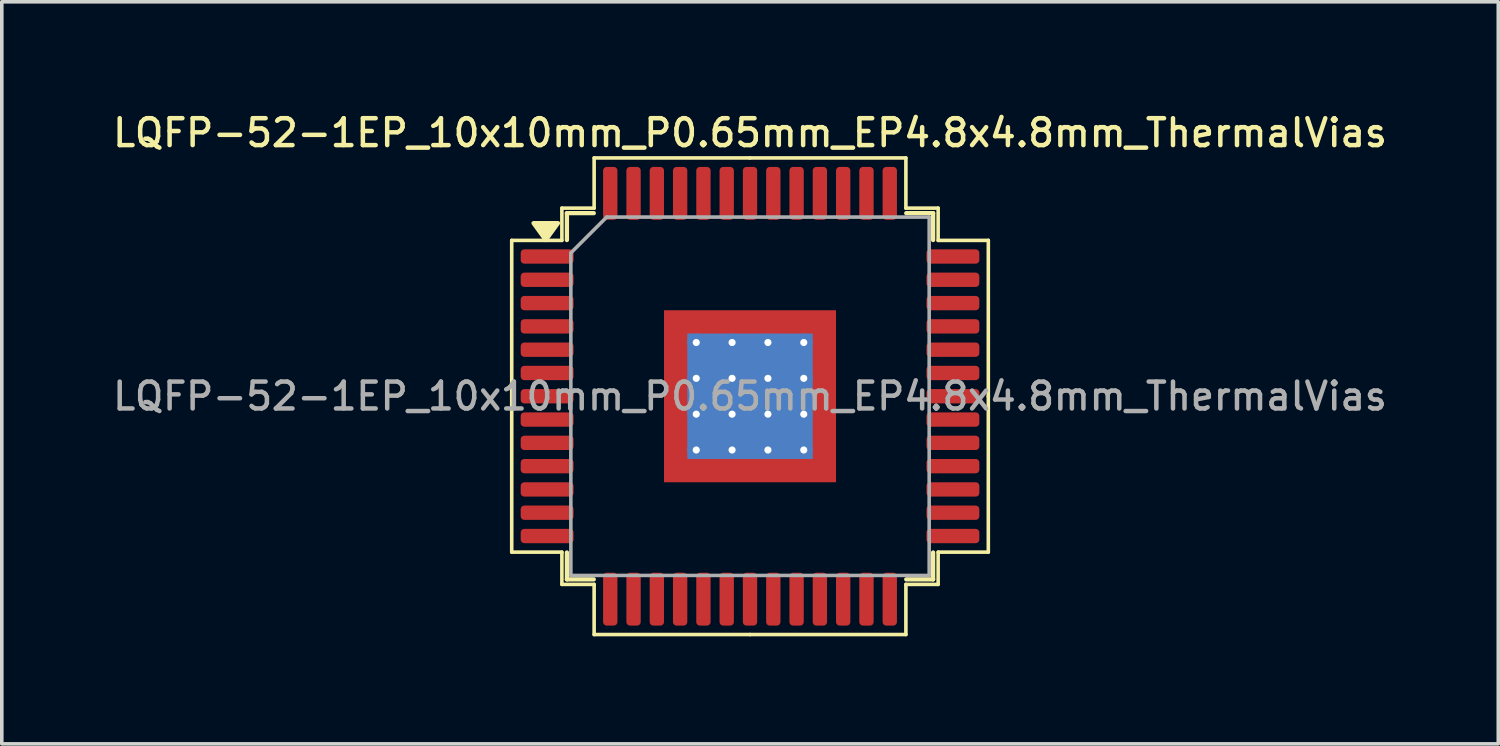
<source format=kicad_pcb>
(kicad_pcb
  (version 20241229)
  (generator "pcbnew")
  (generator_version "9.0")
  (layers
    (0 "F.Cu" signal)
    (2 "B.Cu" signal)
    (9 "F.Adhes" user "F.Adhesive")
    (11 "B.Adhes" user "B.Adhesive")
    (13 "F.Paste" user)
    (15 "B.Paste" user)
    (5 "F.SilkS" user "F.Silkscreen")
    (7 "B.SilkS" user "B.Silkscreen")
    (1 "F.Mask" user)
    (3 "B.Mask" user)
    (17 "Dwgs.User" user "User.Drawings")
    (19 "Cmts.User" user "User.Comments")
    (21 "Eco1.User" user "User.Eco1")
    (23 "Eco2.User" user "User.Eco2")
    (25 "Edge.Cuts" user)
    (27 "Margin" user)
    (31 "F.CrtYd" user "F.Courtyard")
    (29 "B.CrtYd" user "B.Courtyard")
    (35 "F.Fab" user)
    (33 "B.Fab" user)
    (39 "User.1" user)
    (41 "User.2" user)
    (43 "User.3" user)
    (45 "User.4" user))
  (footprint "LQFP-52-1EP_10x10mm_P0.65mm_EP4.8x4.8mm_ThermalVias"
    (layer "F.Cu")
    (at 17.88 8.008)
    (property "Reference" "LQFP-52-1EP_10x10mm_P0.65mm_EP4.8x4.8mm_ThermalVias" (at 0 -7.35 0) (layer "F.SilkS") (effects (font (size 0.75 0.75) (thickness 0.125))))
    (attr smd)
    (fp_line (start -6.65 -4.35) (end -6.65 0) (stroke (width 0.1) (type solid)) (layer "F.SilkS"))
    (fp_line (start -6.65 4.35) (end -6.65 0) (stroke (width 0.1) (type solid)) (layer "F.SilkS"))
    (fp_line (start -5.25 -5.25) (end -5.25 -4.35) (stroke (width 0.1) (type solid)) (layer "F.SilkS"))
    (fp_line (start -5.25 -4.35) (end -6.65 -4.35) (stroke (width 0.1) (type solid)) (layer "F.SilkS"))
    (fp_line (start -5.25 4.35) (end -6.65 4.35) (stroke (width 0.1) (type solid)) (layer "F.SilkS"))
    (fp_line (start -5.25 5.25) (end -5.25 4.35) (stroke (width 0.1) (type solid)) (layer "F.SilkS"))
    (fp_line (start -5.11 -5.11) (end -5.11 -4.36) (stroke (width 0.12) (type solid)) (layer "F.SilkS"))
    (fp_line (start -5.11 5.11) (end -5.11 4.36) (stroke (width 0.12) (type solid)) (layer "F.SilkS"))
    (fp_line (start -4.36 -5.11) (end -5.11 -5.11) (stroke (width 0.12) (type solid)) (layer "F.SilkS"))
    (fp_line (start -4.36 5.11) (end -5.11 5.11) (stroke (width 0.12) (type solid)) (layer "F.SilkS"))
    (fp_line (start -4.35 -6.65) (end -4.35 -5.25) (stroke (width 0.1) (type solid)) (layer "F.SilkS"))
    (fp_line (start -4.35 -5.25) (end -5.25 -5.25) (stroke (width 0.1) (type solid)) (layer "F.SilkS"))
    (fp_line (start -4.35 5.25) (end -5.25 5.25) (stroke (width 0.1) (type solid)) (layer "F.SilkS"))
    (fp_line (start -4.35 6.65) (end -4.35 5.25) (stroke (width 0.1) (type solid)) (layer "F.SilkS"))
    (fp_line (start 0 -6.65) (end -4.35 -6.65) (stroke (width 0.1) (type solid)) (layer "F.SilkS"))
    (fp_line (start 0 -6.65) (end 4.35 -6.65) (stroke (width 0.1) (type solid)) (layer "F.SilkS"))
    (fp_line (start 0 6.65) (end -4.35 6.65) (stroke (width 0.1) (type solid)) (layer "F.SilkS"))
    (fp_line (start 0 6.65) (end 4.35 6.65) (stroke (width 0.1) (type solid)) (layer "F.SilkS"))
    (fp_line (start 4.35 -6.65) (end 4.35 -5.25) (stroke (width 0.1) (type solid)) (layer "F.SilkS"))
    (fp_line (start 4.35 -5.25) (end 5.25 -5.25) (stroke (width 0.1) (type solid)) (layer "F.SilkS"))
    (fp_line (start 4.35 5.25) (end 5.25 5.25) (stroke (width 0.1) (type solid)) (layer "F.SilkS"))
    (fp_line (start 4.35 6.65) (end 4.35 5.25) (stroke (width 0.1) (type solid)) (layer "F.SilkS"))
    (fp_line (start 4.36 -5.11) (end 5.11 -5.11) (stroke (width 0.12) (type solid)) (layer "F.SilkS"))
    (fp_line (start 4.36 5.11) (end 5.11 5.11) (stroke (width 0.12) (type solid)) (layer "F.SilkS"))
    (fp_line (start 5.11 -5.11) (end 5.11 -4.36) (stroke (width 0.12) (type solid)) (layer "F.SilkS"))
    (fp_line (start 5.11 5.11) (end 5.11 4.36) (stroke (width 0.12) (type solid)) (layer "F.SilkS"))
    (fp_line (start 5.25 -5.25) (end 5.25 -4.35) (stroke (width 0.1) (type solid)) (layer "F.SilkS"))
    (fp_line (start 5.25 -4.35) (end 6.65 -4.35) (stroke (width 0.1) (type solid)) (layer "F.SilkS"))
    (fp_line (start 5.25 4.35) (end 6.65 4.35) (stroke (width 0.1) (type solid)) (layer "F.SilkS"))
    (fp_line (start 5.25 5.25) (end 5.25 4.35) (stroke (width 0.1) (type solid)) (layer "F.SilkS"))
    (fp_line (start 6.65 -4.35) (end 6.65 0) (stroke (width 0.1) (type solid)) (layer "F.SilkS"))
    (fp_line (start 6.65 4.35) (end 6.65 0) (stroke (width 0.1) (type solid)) (layer "F.SilkS"))
    (fp_poly (pts (xy -5.7 -4.36) (xy -6.04 -4.83) (xy -5.36 -4.83) (xy -5.7 -4.36)) (stroke (width 0.12) (type solid)) (fill yes) (layer "F.SilkS"))
    (fp_line (start -5 -4) (end -4 -5) (stroke (width 0.1) (type solid)) (layer "F.Fab"))
    (fp_line (start -5 5) (end -5 -4) (stroke (width 0.1) (type solid)) (layer "F.Fab"))
    (fp_line (start -4 -5) (end 5 -5) (stroke (width 0.1) (type solid)) (layer "F.Fab"))
    (fp_line (start 5 -5) (end 5 5) (stroke (width 0.1) (type solid)) (layer "F.Fab"))
    (fp_line (start 5 5) (end -5 5) (stroke (width 0.1) (type solid)) (layer "F.Fab"))
    (fp_text user "${REFERENCE}" (at 0 0 0) (layer "F.Fab") (effects (font (size 0.75 0.75) (thickness 0.125))))
    (pad "" smd custom (at -1.95 -1.95) (size 0.649 0.649) (layers "F.Paste") (options (anchor circle)) (primitives (gr_poly (pts (xy -0.286 -0.286) (xy 0.286 -0.286) (xy 0.286 0.223) (xy 0.223 0.286) (xy -0.286 0.286)) (width 0.153) (fill yes))))
    (pad "" smd roundrect (at -1.95 -1) (size 0.726 0.806) (layers "F.Paste") (roundrect_rratio 0.25))
    (pad "" smd roundrect (at -1.95 0) (size 0.726 0.806) (layers "F.Paste") (roundrect_rratio 0.25))
    (pad "" smd roundrect (at -1.95 1) (size 0.726 0.806) (layers "F.Paste") (roundrect_rratio 0.25))
    (pad "" smd custom (at -1.95 1.95) (size 0.649 0.649) (layers "F.Paste") (options (anchor circle)) (primitives (gr_poly (pts (xy -0.286 -0.286) (xy 0.223 -0.286) (xy 0.286 -0.223) (xy 0.286 0.286) (xy -0.286 0.286)) (width 0.153) (fill yes))))
    (pad "" smd roundrect (at -1 -1.95) (size 0.806 0.726) (layers "F.Paste") (roundrect_rratio 0.25))
    (pad "" smd roundrect (at -1 -1) (size 0.806 0.806) (layers "F.Paste") (roundrect_rratio 0.25))
    (pad "" smd roundrect (at -1 0) (size 0.806 0.806) (layers "F.Paste") (roundrect_rratio 0.25))
    (pad "" smd roundrect (at -1 1) (size 0.806 0.806) (layers "F.Paste") (roundrect_rratio 0.25))
    (pad "" smd roundrect (at -1 1.95) (size 0.806 0.726) (layers "F.Paste") (roundrect_rratio 0.25))
    (pad "" smd roundrect (at 0 -1.95) (size 0.806 0.726) (layers "F.Paste") (roundrect_rratio 0.25))
    (pad "" smd roundrect (at 0 -1) (size 0.806 0.806) (layers "F.Paste") (roundrect_rratio 0.25))
    (pad "" smd roundrect (at 0 0) (size 0.806 0.806) (layers "F.Paste") (roundrect_rratio 0.25))
    (pad "" smd roundrect (at 0 1) (size 0.806 0.806) (layers "F.Paste") (roundrect_rratio 0.25))
    (pad "" smd roundrect (at 0 1.95) (size 0.806 0.726) (layers "F.Paste") (roundrect_rratio 0.25))
    (pad "" smd roundrect (at 1 -1.95) (size 0.806 0.726) (layers "F.Paste") (roundrect_rratio 0.25))
    (pad "" smd roundrect (at 1 -1) (size 0.806 0.806) (layers "F.Paste") (roundrect_rratio 0.25))
    (pad "" smd roundrect (at 1 0) (size 0.806 0.806) (layers "F.Paste") (roundrect_rratio 0.25))
    (pad "" smd roundrect (at 1 1) (size 0.806 0.806) (layers "F.Paste") (roundrect_rratio 0.25))
    (pad "" smd roundrect (at 1 1.95) (size 0.806 0.726) (layers "F.Paste") (roundrect_rratio 0.25))
    (pad "" smd custom (at 1.95 -1.95) (size 0.649 0.649) (layers "F.Paste") (options (anchor circle)) (primitives (gr_poly (pts (xy -0.286 -0.286) (xy 0.286 -0.286) (xy 0.286 0.286) (xy -0.223 0.286) (xy -0.286 0.223)) (width 0.153) (fill yes))))
    (pad "" smd roundrect (at 1.95 -1) (size 0.726 0.806) (layers "F.Paste") (roundrect_rratio 0.25))
    (pad "" smd roundrect (at 1.95 0) (size 0.726 0.806) (layers "F.Paste") (roundrect_rratio 0.25))
    (pad "" smd roundrect (at 1.95 1) (size 0.726 0.806) (layers "F.Paste") (roundrect_rratio 0.25))
    (pad "" smd custom (at 1.95 1.95) (size 0.649 0.649) (layers "F.Paste") (options (anchor circle)) (primitives (gr_poly (pts (xy -0.286 -0.223) (xy -0.223 -0.286) (xy 0.286 -0.286) (xy 0.286 0.286) (xy -0.286 0.286)) (width 0.153) (fill yes))))
    (pad "1" smd roundrect (at -5.662 -3.9) (size 1.475 0.4) (layers "F.Cu" "F.Mask" "F.Paste") (roundrect_rratio 0.25))
    (pad "2" smd roundrect (at -5.662 -3.25) (size 1.475 0.4) (layers "F.Cu" "F.Mask" "F.Paste") (roundrect_rratio 0.25))
    (pad "3" smd roundrect (at -5.662 -2.6) (size 1.475 0.4) (layers "F.Cu" "F.Mask" "F.Paste") (roundrect_rratio 0.25))
    (pad "4" smd roundrect (at -5.662 -1.95) (size 1.475 0.4) (layers "F.Cu" "F.Mask" "F.Paste") (roundrect_rratio 0.25))
    (pad "5" smd roundrect (at -5.662 -1.3) (size 1.475 0.4) (layers "F.Cu" "F.Mask" "F.Paste") (roundrect_rratio 0.25))
    (pad "6" smd roundrect (at -5.662 -0.65) (size 1.475 0.4) (layers "F.Cu" "F.Mask" "F.Paste") (roundrect_rratio 0.25))
    (pad "7" smd roundrect (at -5.662 0) (size 1.475 0.4) (layers "F.Cu" "F.Mask" "F.Paste") (roundrect_rratio 0.25))
    (pad "8" smd roundrect (at -5.662 0.65) (size 1.475 0.4) (layers "F.Cu" "F.Mask" "F.Paste") (roundrect_rratio 0.25))
    (pad "9" smd roundrect (at -5.662 1.3) (size 1.475 0.4) (layers "F.Cu" "F.Mask" "F.Paste") (roundrect_rratio 0.25))
    (pad "10" smd roundrect (at -5.662 1.95) (size 1.475 0.4) (layers "F.Cu" "F.Mask" "F.Paste") (roundrect_rratio 0.25))
    (pad "11" smd roundrect (at -5.662 2.6) (size 1.475 0.4) (layers "F.Cu" "F.Mask" "F.Paste") (roundrect_rratio 0.25))
    (pad "12" smd roundrect (at -5.662 3.25) (size 1.475 0.4) (layers "F.Cu" "F.Mask" "F.Paste") (roundrect_rratio 0.25))
    (pad "13" smd roundrect (at -5.662 3.9) (size 1.475 0.4) (layers "F.Cu" "F.Mask" "F.Paste") (roundrect_rratio 0.25))
    (pad "14" smd roundrect (at -3.9 5.662) (size 0.4 1.475) (layers "F.Cu" "F.Mask" "F.Paste") (roundrect_rratio 0.25))
    (pad "15" smd roundrect (at -3.25 5.662) (size 0.4 1.475) (layers "F.Cu" "F.Mask" "F.Paste") (roundrect_rratio 0.25))
    (pad "16" smd roundrect (at -2.6 5.662) (size 0.4 1.475) (layers "F.Cu" "F.Mask" "F.Paste") (roundrect_rratio 0.25))
    (pad "17" smd roundrect (at -1.95 5.662) (size 0.4 1.475) (layers "F.Cu" "F.Mask" "F.Paste") (roundrect_rratio 0.25))
    (pad "18" smd roundrect (at -1.3 5.662) (size 0.4 1.475) (layers "F.Cu" "F.Mask" "F.Paste") (roundrect_rratio 0.25))
    (pad "19" smd roundrect (at -0.65 5.662) (size 0.4 1.475) (layers "F.Cu" "F.Mask" "F.Paste") (roundrect_rratio 0.25))
    (pad "20" smd roundrect (at 0 5.662) (size 0.4 1.475) (layers "F.Cu" "F.Mask" "F.Paste") (roundrect_rratio 0.25))
    (pad "21" smd roundrect (at 0.65 5.662) (size 0.4 1.475) (layers "F.Cu" "F.Mask" "F.Paste") (roundrect_rratio 0.25))
    (pad "22" smd roundrect (at 1.3 5.662) (size 0.4 1.475) (layers "F.Cu" "F.Mask" "F.Paste") (roundrect_rratio 0.25))
    (pad "23" smd roundrect (at 1.95 5.662) (size 0.4 1.475) (layers "F.Cu" "F.Mask" "F.Paste") (roundrect_rratio 0.25))
    (pad "24" smd roundrect (at 2.6 5.662) (size 0.4 1.475) (layers "F.Cu" "F.Mask" "F.Paste") (roundrect_rratio 0.25))
    (pad "25" smd roundrect (at 3.25 5.662) (size 0.4 1.475) (layers "F.Cu" "F.Mask" "F.Paste") (roundrect_rratio 0.25))
    (pad "26" smd roundrect (at 3.9 5.662) (size 0.4 1.475) (layers "F.Cu" "F.Mask" "F.Paste") (roundrect_rratio 0.25))
    (pad "27" smd roundrect (at 5.662 3.9) (size 1.475 0.4) (layers "F.Cu" "F.Mask" "F.Paste") (roundrect_rratio 0.25))
    (pad "28" smd roundrect (at 5.662 3.25) (size 1.475 0.4) (layers "F.Cu" "F.Mask" "F.Paste") (roundrect_rratio 0.25))
    (pad "29" smd roundrect (at 5.662 2.6) (size 1.475 0.4) (layers "F.Cu" "F.Mask" "F.Paste") (roundrect_rratio 0.25))
    (pad "30" smd roundrect (at 5.662 1.95) (size 1.475 0.4) (layers "F.Cu" "F.Mask" "F.Paste") (roundrect_rratio 0.25))
    (pad "31" smd roundrect (at 5.662 1.3) (size 1.475 0.4) (layers "F.Cu" "F.Mask" "F.Paste") (roundrect_rratio 0.25))
    (pad "32" smd roundrect (at 5.662 0.65) (size 1.475 0.4) (layers "F.Cu" "F.Mask" "F.Paste") (roundrect_rratio 0.25))
    (pad "33" smd roundrect (at 5.662 0) (size 1.475 0.4) (layers "F.Cu" "F.Mask" "F.Paste") (roundrect_rratio 0.25))
    (pad "34" smd roundrect (at 5.662 -0.65) (size 1.475 0.4) (layers "F.Cu" "F.Mask" "F.Paste") (roundrect_rratio 0.25))
    (pad "35" smd roundrect (at 5.662 -1.3) (size 1.475 0.4) (layers "F.Cu" "F.Mask" "F.Paste") (roundrect_rratio 0.25))
    (pad "36" smd roundrect (at 5.662 -1.95) (size 1.475 0.4) (layers "F.Cu" "F.Mask" "F.Paste") (roundrect_rratio 0.25))
    (pad "37" smd roundrect (at 5.662 -2.6) (size 1.475 0.4) (layers "F.Cu" "F.Mask" "F.Paste") (roundrect_rratio 0.25))
    (pad "38" smd roundrect (at 5.662 -3.25) (size 1.475 0.4) (layers "F.Cu" "F.Mask" "F.Paste") (roundrect_rratio 0.25))
    (pad "39" smd roundrect (at 5.662 -3.9) (size 1.475 0.4) (layers "F.Cu" "F.Mask" "F.Paste") (roundrect_rratio 0.25))
    (pad "40" smd roundrect (at 3.9 -5.662) (size 0.4 1.475) (layers "F.Cu" "F.Mask" "F.Paste") (roundrect_rratio 0.25))
    (pad "41" smd roundrect (at 3.25 -5.662) (size 0.4 1.475) (layers "F.Cu" "F.Mask" "F.Paste") (roundrect_rratio 0.25))
    (pad "42" smd roundrect (at 2.6 -5.662) (size 0.4 1.475) (layers "F.Cu" "F.Mask" "F.Paste") (roundrect_rratio 0.25))
    (pad "43" smd roundrect (at 1.95 -5.662) (size 0.4 1.475) (layers "F.Cu" "F.Mask" "F.Paste") (roundrect_rratio 0.25))
    (pad "44" smd roundrect (at 1.3 -5.662) (size 0.4 1.475) (layers "F.Cu" "F.Mask" "F.Paste") (roundrect_rratio 0.25))
    (pad "45" smd roundrect (at 0.65 -5.662) (size 0.4 1.475) (layers "F.Cu" "F.Mask" "F.Paste") (roundrect_rratio 0.25))
    (pad "46" smd roundrect (at 0 -5.662) (size 0.4 1.475) (layers "F.Cu" "F.Mask" "F.Paste") (roundrect_rratio 0.25))
    (pad "47" smd roundrect (at -0.65 -5.662) (size 0.4 1.475) (layers "F.Cu" "F.Mask" "F.Paste") (roundrect_rratio 0.25))
    (pad "48" smd roundrect (at -1.3 -5.662) (size 0.4 1.475) (layers "F.Cu" "F.Mask" "F.Paste") (roundrect_rratio 0.25))
    (pad "49" smd roundrect (at -1.95 -5.662) (size 0.4 1.475) (layers "F.Cu" "F.Mask" "F.Paste") (roundrect_rratio 0.25))
    (pad "50" smd roundrect (at -2.6 -5.662) (size 0.4 1.475) (layers "F.Cu" "F.Mask" "F.Paste") (roundrect_rratio 0.25))
    (pad "51" smd roundrect (at -3.25 -5.662) (size 0.4 1.475) (layers "F.Cu" "F.Mask" "F.Paste") (roundrect_rratio 0.25))
    (pad "52" smd roundrect (at -3.9 -5.662) (size 0.4 1.475) (layers "F.Cu" "F.Mask" "F.Paste") (roundrect_rratio 0.25))
    (pad "53" thru_hole circle (at -1.5 -1.5) (size 0.5 0.5) (drill 0.2) (property pad_prop_heatsink) (layers "*.Cu"))
    (pad "53" thru_hole circle (at -1.5 -0.5) (size 0.5 0.5) (drill 0.2) (property pad_prop_heatsink) (layers "*.Cu"))
    (pad "53" thru_hole circle (at -1.5 0.5) (size 0.5 0.5) (drill 0.2) (property pad_prop_heatsink) (layers "*.Cu"))
    (pad "53" thru_hole circle (at -1.5 1.5) (size 0.5 0.5) (drill 0.2) (property pad_prop_heatsink) (layers "*.Cu"))
    (pad "53" thru_hole circle (at -0.5 -1.5) (size 0.5 0.5) (drill 0.2) (property pad_prop_heatsink) (layers "*.Cu"))
    (pad "53" thru_hole circle (at -0.5 -0.5) (size 0.5 0.5) (drill 0.2) (property pad_prop_heatsink) (layers "*.Cu"))
    (pad "53" thru_hole circle (at -0.5 0.5) (size 0.5 0.5) (drill 0.2) (property pad_prop_heatsink) (layers "*.Cu"))
    (pad "53" thru_hole circle (at -0.5 1.5) (size 0.5 0.5) (drill 0.2) (property pad_prop_heatsink) (layers "*.Cu"))
    (pad "53" smd rect (at 0 0) (size 3.5 3.5) (property pad_prop_heatsink) (layers "B.Cu"))
    (pad "53" smd rect (at 0 0) (size 4.8 4.8) (property pad_prop_heatsink) (layers "F.Cu" "F.Mask"))
    (pad "53" thru_hole circle (at 0.5 -1.5) (size 0.5 0.5) (drill 0.2) (property pad_prop_heatsink) (layers "*.Cu"))
    (pad "53" thru_hole circle (at 0.5 -0.5) (size 0.5 0.5) (drill 0.2) (property pad_prop_heatsink) (layers "*.Cu"))
    (pad "53" thru_hole circle (at 0.5 0.5) (size 0.5 0.5) (drill 0.2) (property pad_prop_heatsink) (layers "*.Cu"))
    (pad "53" thru_hole circle (at 0.5 1.5) (size 0.5 0.5) (drill 0.2) (property pad_prop_heatsink) (layers "*.Cu"))
    (pad "53" thru_hole circle (at 1.5 -1.5) (size 0.5 0.5) (drill 0.2) (property pad_prop_heatsink) (layers "*.Cu"))
    (pad "53" thru_hole circle (at 1.5 -0.5) (size 0.5 0.5) (drill 0.2) (property pad_prop_heatsink) (layers "*.Cu"))
    (pad "53" thru_hole circle (at 1.5 0.5) (size 0.5 0.5) (drill 0.2) (property pad_prop_heatsink) (layers "*.Cu"))
    (pad "53" thru_hole circle (at 1.5 1.5) (size 0.5 0.5) (drill 0.2) (property pad_prop_heatsink) (layers "*.Cu")))
  (gr_rect
    (start -3 -3)
    (end 38.761 17.708)
    (stroke (width 0.1) (type default))
    (fill no)
    (layer "Edge.Cuts")))
</source>
